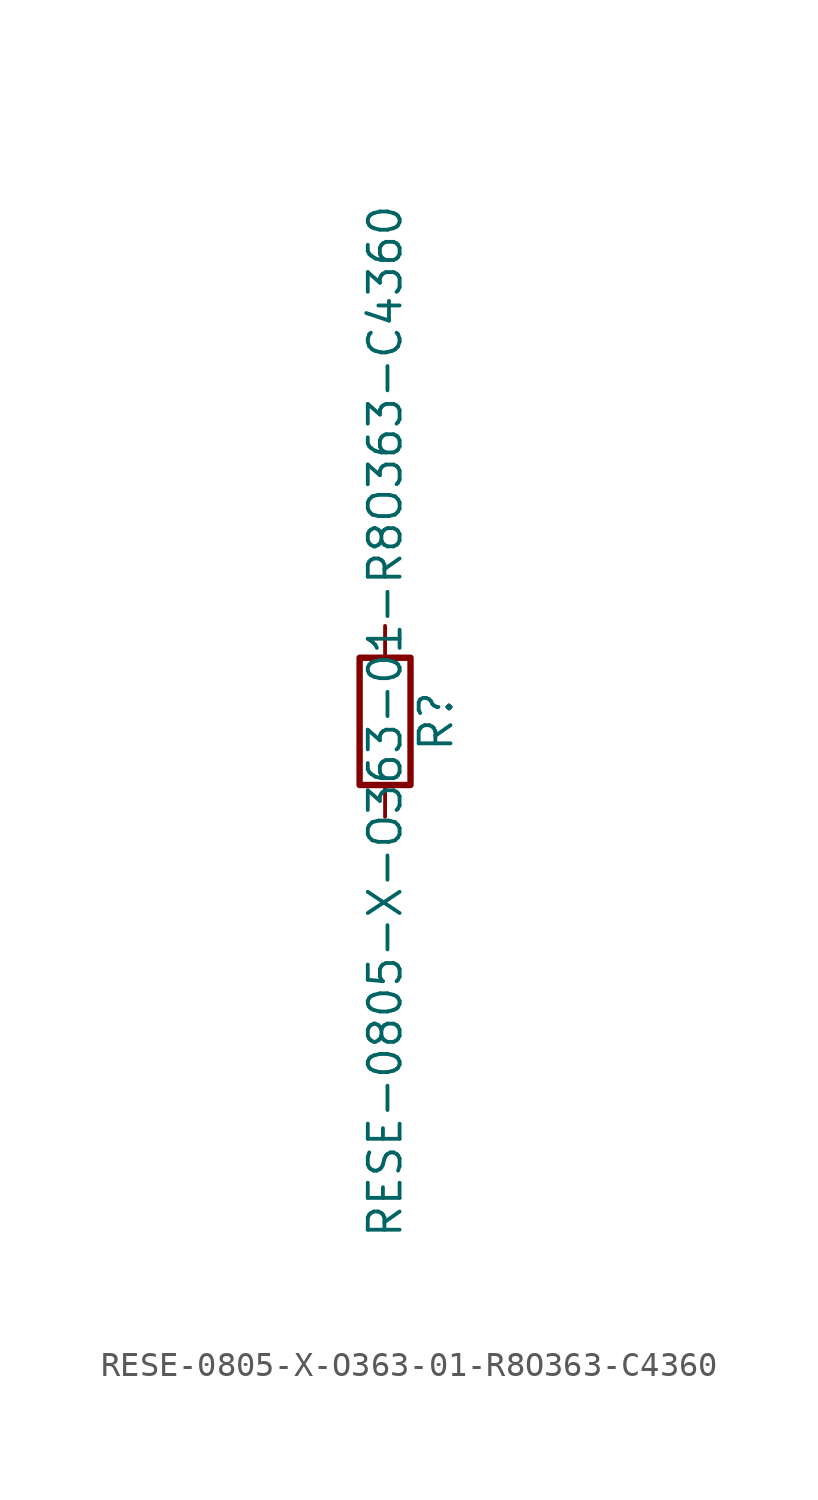
<source format=kicad_sym>
(kicad_symbol_lib
  (version 20211014)
  (generator kicad_symbol_editor)
  (symbol "RESE-0805-X-O363-01-R8O363-C4360"
    (pin_numbers hide)
    (pin_names
      (offset 0))
    (property "Reference" "R"
      (at 2.032 0 90)
      (effects (font (size 1.27 1.27))))
    (property "Value" "RESE-0805-X-O363-01-R8O363-C4360"
      (at 0 0 90)
      (effects (font (size 1.27 1.27))))
    (symbol "RESE-0805-X-O363-01-R8O363-C4360_0_1"
      (rectangle (start -1.016 -2.54) (end 1.016 2.54) (stroke (width 0.254) (type default) (color 0 0 0 0)) (fill (type none))))
    (symbol "RESE-0805-X-O363-01-R8O363-C4360_1_1"
      (pin passive line (at 0 3.81 270) (length 1.27) (name "~" (effects (font (size 1.27 1.27)))) (number "1" (effects (font (size 1.27 1.27)))))
      (pin passive line (at 0 -3.81 90) (length 1.27) (name "~" (effects (font (size 1.27 1.27)))) (number "2" (effects (font (size 1.27 1.27))))))))
</source>
